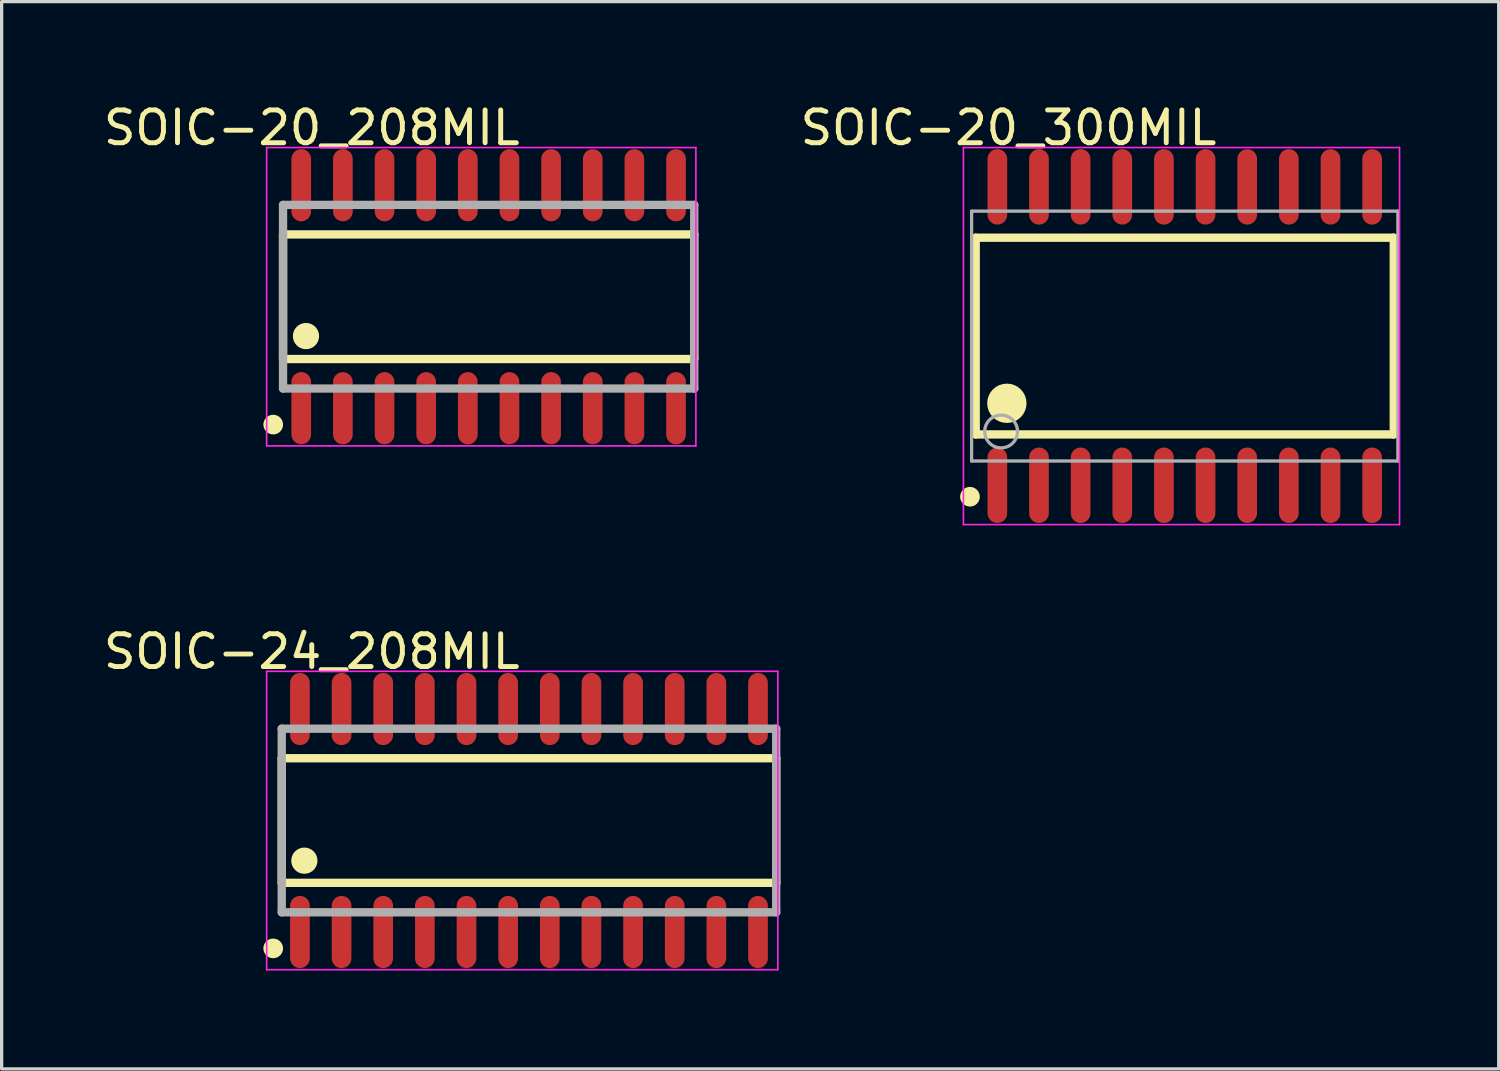
<source format=kicad_pcb>
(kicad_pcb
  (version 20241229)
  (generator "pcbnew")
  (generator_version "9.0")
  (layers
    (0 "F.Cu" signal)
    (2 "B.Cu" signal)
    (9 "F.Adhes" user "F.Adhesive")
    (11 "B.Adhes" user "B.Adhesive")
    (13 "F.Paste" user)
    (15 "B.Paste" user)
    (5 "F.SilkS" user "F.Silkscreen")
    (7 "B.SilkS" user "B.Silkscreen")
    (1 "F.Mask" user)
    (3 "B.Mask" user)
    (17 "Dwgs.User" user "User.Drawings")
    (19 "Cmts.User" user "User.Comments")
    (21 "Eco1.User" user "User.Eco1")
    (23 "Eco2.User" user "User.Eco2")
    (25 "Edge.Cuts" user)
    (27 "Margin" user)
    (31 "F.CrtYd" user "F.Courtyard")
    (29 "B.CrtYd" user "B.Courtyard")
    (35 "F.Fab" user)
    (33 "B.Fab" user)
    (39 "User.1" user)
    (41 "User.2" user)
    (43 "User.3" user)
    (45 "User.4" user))
  (footprint "SOIC-20_300MIL"
    (layer "F.Cu")
    (at 33.081 7.199)
    (property "Reference" "SOIC-20_300MIL" (at -5.374 -6.351 0) (layer "F.SilkS") (effects (font (size 1 1) (thickness 0.15))))
    (attr through_hole)
    (fp_line (start -6.375 -3) (end 6.375 -3) (stroke (width 0.254) (type solid)) (layer "F.SilkS"))
    (fp_line (start -6.375 3) (end -6.375 -3) (stroke (width 0.254) (type solid)) (layer "F.SilkS"))
    (fp_line (start -6.375 3) (end 6.375 3) (stroke (width 0.254) (type solid)) (layer "F.SilkS"))
    (fp_line (start 6.375 3) (end 6.375 -3) (stroke (width 0.254) (type solid)) (layer "F.SilkS"))
    (fp_circle (center -6.55 4.9) (end -6.4 4.9) (stroke (width 0.3) (type solid)) (fill no) (layer "F.SilkS"))
    (fp_circle (center -5.425 2.05) (end -5.125 2.05) (stroke (width 0.6) (type solid)) (fill no) (layer "F.SilkS"))
    (fp_line (start -6.75 -5.75) (end 6.55 -5.75) (stroke (width 0.05) (type solid)) (layer "F.CrtYd"))
    (fp_line (start -6.75 5.75) (end -6.75 -5.75) (stroke (width 0.05) (type solid)) (layer "F.CrtYd"))
    (fp_line (start 6.55 -5.75) (end 6.55 5.75) (stroke (width 0.05) (type solid)) (layer "F.CrtYd"))
    (fp_line (start 6.55 5.75) (end -6.75 5.75) (stroke (width 0.05) (type solid)) (layer "F.CrtYd"))
    (fp_line (start -6.5 -3.81) (end 6.5 -3.81) (stroke (width 0.1) (type solid)) (layer "F.Fab"))
    (fp_line (start -6.5 3.81) (end -6.5 -3.81) (stroke (width 0.1) (type solid)) (layer "F.Fab"))
    (fp_line (start -6.5 3.81) (end 6.5 3.81) (stroke (width 0.1) (type solid)) (layer "F.Fab"))
    (fp_line (start 6.5 3.81) (end 6.5 -3.81) (stroke (width 0.1) (type solid)) (layer "F.Fab"))
    (fp_circle (center -5.6 2.91) (end -5.1 2.91) (stroke (width 0.1) (type solid)) (fill no) (layer "F.Fab"))
    (pad "1" smd oval (at -5.715 4.55 180) (size 0.6 2.3) (layers "F.Cu" "F.Mask" "F.Paste"))
    (pad "2" smd oval (at -4.445 4.55 180) (size 0.6 2.3) (layers "F.Cu" "F.Mask" "F.Paste"))
    (pad "3" smd oval (at -3.175 4.55 180) (size 0.6 2.3) (layers "F.Cu" "F.Mask" "F.Paste"))
    (pad "4" smd oval (at -1.905 4.55 180) (size 0.6 2.3) (layers "F.Cu" "F.Mask" "F.Paste"))
    (pad "5" smd oval (at -0.635 4.55 180) (size 0.6 2.3) (layers "F.Cu" "F.Mask" "F.Paste"))
    (pad "6" smd oval (at 0.635 4.55 180) (size 0.6 2.3) (layers "F.Cu" "F.Mask" "F.Paste"))
    (pad "7" smd oval (at 1.905 4.55 180) (size 0.6 2.3) (layers "F.Cu" "F.Mask" "F.Paste"))
    (pad "8" smd oval (at 3.175 4.55 180) (size 0.6 2.3) (layers "F.Cu" "F.Mask" "F.Paste"))
    (pad "9" smd oval (at 4.445 4.55 180) (size 0.6 2.3) (layers "F.Cu" "F.Mask" "F.Paste"))
    (pad "10" smd oval (at 5.715 4.55 180) (size 0.6 2.3) (layers "F.Cu" "F.Mask" "F.Paste"))
    (pad "11" smd oval (at 5.715 -4.55 180) (size 0.6 2.3) (layers "F.Cu" "F.Mask" "F.Paste"))
    (pad "12" smd oval (at 4.445 -4.55 180) (size 0.6 2.3) (layers "F.Cu" "F.Mask" "F.Paste"))
    (pad "13" smd oval (at 3.175 -4.55 180) (size 0.6 2.3) (layers "F.Cu" "F.Mask" "F.Paste"))
    (pad "14" smd oval (at 1.905 -4.55 180) (size 0.6 2.3) (layers "F.Cu" "F.Mask" "F.Paste"))
    (pad "15" smd oval (at 0.635 -4.55 180) (size 0.6 2.3) (layers "F.Cu" "F.Mask" "F.Paste"))
    (pad "16" smd oval (at -0.635 -4.55 180) (size 0.6 2.3) (layers "F.Cu" "F.Mask" "F.Paste"))
    (pad "17" smd oval (at -1.905 -4.55 180) (size 0.6 2.3) (layers "F.Cu" "F.Mask" "F.Paste"))
    (pad "18" smd oval (at -3.175 -4.55 180) (size 0.6 2.3) (layers "F.Cu" "F.Mask" "F.Paste"))
    (pad "19" smd oval (at -4.445 -4.55 180) (size 0.6 2.3) (layers "F.Cu" "F.Mask" "F.Paste"))
    (pad "20" smd oval (at -5.715 -4.55 180) (size 0.6 2.3) (layers "F.Cu" "F.Mask" "F.Paste")))
  (footprint "SOIC-24_208MIL"
    (layer "F.Cu")
    (at 13.082 21.973)
    (property "Reference" "SOIC-24_208MIL" (at -6.624 -5.151 0) (layer "F.SilkS") (effects (font (size 1 1) (thickness 0.15))))
    (attr through_hole)
    (fp_line (start -7.54 -1.9) (end 7.54 -1.9) (stroke (width 0.254) (type solid)) (layer "F.SilkS"))
    (fp_line (start -7.54 1.9) (end -7.54 -1.9) (stroke (width 0.254) (type solid)) (layer "F.SilkS"))
    (fp_line (start -7.54 1.9) (end 7.54 1.9) (stroke (width 0.254) (type solid)) (layer "F.SilkS"))
    (fp_line (start 7.54 1.9) (end 7.54 -1.9) (stroke (width 0.254) (type solid)) (layer "F.SilkS"))
    (fp_circle (center -7.8 3.9) (end -7.65 3.9) (stroke (width 0.3) (type solid)) (fill no) (layer "F.SilkS"))
    (fp_circle (center -6.85 1.225) (end -6.65 1.225) (stroke (width 0.4) (type solid)) (fill no) (layer "F.SilkS"))
    (fp_line (start -8 -4.55) (end 7.59 -4.55) (stroke (width 0.05) (type solid)) (layer "F.CrtYd"))
    (fp_line (start -8 4.55) (end -8 -4.55) (stroke (width 0.05) (type solid)) (layer "F.CrtYd"))
    (fp_line (start 7.59 -4.55) (end 7.59 4.55) (stroke (width 0.05) (type solid)) (layer "F.CrtYd"))
    (fp_line (start 7.59 4.55) (end -8 4.55) (stroke (width 0.05) (type solid)) (layer "F.CrtYd"))
    (fp_line (start -7.54 -2.8) (end 7.54 -2.8) (stroke (width 0.254) (type solid)) (layer "F.Fab"))
    (fp_line (start -7.54 2.8) (end -7.54 -2.8) (stroke (width 0.254) (type solid)) (layer "F.Fab"))
    (fp_line (start -7.54 2.8) (end 7.54 2.8) (stroke (width 0.254) (type solid)) (layer "F.Fab"))
    (fp_line (start 7.54 2.8) (end 7.54 -2.8) (stroke (width 0.254) (type solid)) (layer "F.Fab"))
    (pad "1" smd oval (at -6.985 3.4) (size 0.6 2.2) (layers "F.Cu" "F.Mask" "F.Paste"))
    (pad "2" smd oval (at -5.715 3.4) (size 0.6 2.2) (layers "F.Cu" "F.Mask" "F.Paste"))
    (pad "3" smd oval (at -4.445 3.4) (size 0.6 2.2) (layers "F.Cu" "F.Mask" "F.Paste"))
    (pad "4" smd oval (at -3.175 3.4) (size 0.6 2.2) (layers "F.Cu" "F.Mask" "F.Paste"))
    (pad "5" smd oval (at -1.905 3.4) (size 0.6 2.2) (layers "F.Cu" "F.Mask" "F.Paste"))
    (pad "6" smd oval (at -0.635 3.4) (size 0.6 2.2) (layers "F.Cu" "F.Mask" "F.Paste"))
    (pad "7" smd oval (at 0.635 3.4) (size 0.6 2.2) (layers "F.Cu" "F.Mask" "F.Paste"))
    (pad "8" smd oval (at 1.905 3.4) (size 0.6 2.2) (layers "F.Cu" "F.Mask" "F.Paste"))
    (pad "9" smd oval (at 3.175 3.4) (size 0.6 2.2) (layers "F.Cu" "F.Mask" "F.Paste"))
    (pad "10" smd oval (at 4.445 3.4) (size 0.6 2.2) (layers "F.Cu" "F.Mask" "F.Paste"))
    (pad "11" smd oval (at 5.715 3.4) (size 0.6 2.2) (layers "F.Cu" "F.Mask" "F.Paste"))
    (pad "12" smd oval (at 6.985 3.4) (size 0.6 2.2) (layers "F.Cu" "F.Mask" "F.Paste"))
    (pad "13" smd oval (at 6.985 -3.4) (size 0.6 2.2) (layers "F.Cu" "F.Mask" "F.Paste"))
    (pad "14" smd oval (at 5.715 -3.4) (size 0.6 2.2) (layers "F.Cu" "F.Mask" "F.Paste"))
    (pad "15" smd oval (at 4.445 -3.4) (size 0.6 2.2) (layers "F.Cu" "F.Mask" "F.Paste"))
    (pad "16" smd oval (at 3.175 -3.4) (size 0.6 2.2) (layers "F.Cu" "F.Mask" "F.Paste"))
    (pad "17" smd oval (at 1.905 -3.4 180) (size 0.6 2.2) (layers "F.Cu" "F.Mask" "F.Paste"))
    (pad "18" smd oval (at 0.635 -3.4 180) (size 0.6 2.2) (layers "F.Cu" "F.Mask" "F.Paste"))
    (pad "19" smd oval (at -0.635 -3.4 180) (size 0.6 2.2) (layers "F.Cu" "F.Mask" "F.Paste"))
    (pad "20" smd oval (at -1.905 -3.4 180) (size 0.6 2.2) (layers "F.Cu" "F.Mask" "F.Paste"))
    (pad "21" smd oval (at -3.175 -3.4 180) (size 0.6 2.2) (layers "F.Cu" "F.Mask" "F.Paste"))
    (pad "22" smd oval (at -4.445 -3.4 180) (size 0.6 2.2) (layers "F.Cu" "F.Mask" "F.Paste"))
    (pad "23" smd oval (at -5.715 -3.4 180) (size 0.6 2.2) (layers "F.Cu" "F.Mask" "F.Paste"))
    (pad "24" smd oval (at -6.985 -3.4 180) (size 0.6 2.2) (layers "F.Cu" "F.Mask" "F.Paste")))
  (footprint "SOIC-20_208MIL"
    (layer "F.Cu")
    (at 11.852 5.999)
    (property "Reference" "SOIC-20_208MIL" (at -5.394 -5.151 0) (layer "F.SilkS") (effects (font (size 1 1) (thickness 0.15))))
    (attr through_hole)
    (fp_line (start -6.27 -1.9) (end 6.27 -1.9) (stroke (width 0.254) (type solid)) (layer "F.SilkS"))
    (fp_line (start -6.27 1.9) (end -6.27 -1.9) (stroke (width 0.254) (type solid)) (layer "F.SilkS"))
    (fp_line (start -6.27 1.9) (end 6.27 1.9) (stroke (width 0.254) (type solid)) (layer "F.SilkS"))
    (fp_line (start 6.27 1.9) (end 6.27 -1.9) (stroke (width 0.254) (type solid)) (layer "F.SilkS"))
    (fp_circle (center -6.57 3.9) (end -6.42 3.9) (stroke (width 0.3) (type solid)) (fill no) (layer "F.SilkS"))
    (fp_circle (center -5.57 1.2) (end -5.37 1.2) (stroke (width 0.4) (type solid)) (fill no) (layer "F.SilkS"))
    (fp_line (start -6.77 -4.55) (end 6.32 -4.55) (stroke (width 0.05) (type solid)) (layer "F.CrtYd"))
    (fp_line (start -6.77 4.55) (end -6.77 -4.55) (stroke (width 0.05) (type solid)) (layer "F.CrtYd"))
    (fp_line (start 6.32 -4.55) (end 6.32 4.55) (stroke (width 0.05) (type solid)) (layer "F.CrtYd"))
    (fp_line (start 6.32 4.55) (end -6.77 4.55) (stroke (width 0.05) (type solid)) (layer "F.CrtYd"))
    (fp_line (start -6.27 -2.8) (end 6.27 -2.8) (stroke (width 0.254) (type solid)) (layer "F.Fab"))
    (fp_line (start -6.27 2.8) (end -6.27 -2.8) (stroke (width 0.254) (type solid)) (layer "F.Fab"))
    (fp_line (start -6.27 2.8) (end 6.27 2.8) (stroke (width 0.254) (type solid)) (layer "F.Fab"))
    (fp_line (start 6.27 2.8) (end 6.27 -2.8) (stroke (width 0.254) (type solid)) (layer "F.Fab"))
    (pad "1" smd oval (at -5.715 3.4) (size 0.6 2.2) (layers "F.Cu" "F.Mask" "F.Paste"))
    (pad "2" smd oval (at -4.445 3.4) (size 0.6 2.2) (layers "F.Cu" "F.Mask" "F.Paste"))
    (pad "3" smd oval (at -3.175 3.4) (size 0.6 2.2) (layers "F.Cu" "F.Mask" "F.Paste"))
    (pad "4" smd oval (at -1.905 3.4) (size 0.6 2.2) (layers "F.Cu" "F.Mask" "F.Paste"))
    (pad "5" smd oval (at -0.635 3.4) (size 0.6 2.2) (layers "F.Cu" "F.Mask" "F.Paste"))
    (pad "6" smd oval (at 0.635 3.4) (size 0.6 2.2) (layers "F.Cu" "F.Mask" "F.Paste"))
    (pad "7" smd oval (at 1.905 3.4) (size 0.6 2.2) (layers "F.Cu" "F.Mask" "F.Paste"))
    (pad "8" smd oval (at 3.175 3.4) (size 0.6 2.2) (layers "F.Cu" "F.Mask" "F.Paste"))
    (pad "9" smd oval (at 4.445 3.4) (size 0.6 2.2) (layers "F.Cu" "F.Mask" "F.Paste"))
    (pad "10" smd oval (at 5.715 3.4) (size 0.6 2.2) (layers "F.Cu" "F.Mask" "F.Paste"))
    (pad "11" smd oval (at 5.715 -3.4 180) (size 0.6 2.2) (layers "F.Cu" "F.Mask" "F.Paste"))
    (pad "12" smd oval (at 4.445 -3.4 180) (size 0.6 2.2) (layers "F.Cu" "F.Mask" "F.Paste"))
    (pad "13" smd oval (at 3.175 -3.4 180) (size 0.6 2.2) (layers "F.Cu" "F.Mask" "F.Paste"))
    (pad "14" smd oval (at 1.905 -3.4 180) (size 0.6 2.2) (layers "F.Cu" "F.Mask" "F.Paste"))
    (pad "15" smd oval (at 0.635 -3.4 180) (size 0.6 2.2) (layers "F.Cu" "F.Mask" "F.Paste"))
    (pad "16" smd oval (at -0.635 -3.4 180) (size 0.6 2.2) (layers "F.Cu" "F.Mask" "F.Paste"))
    (pad "17" smd oval (at -1.905 -3.4 180) (size 0.6 2.2) (layers "F.Cu" "F.Mask" "F.Paste"))
    (pad "18" smd oval (at -3.175 -3.4 180) (size 0.6 2.2) (layers "F.Cu" "F.Mask" "F.Paste"))
    (pad "19" smd oval (at -4.445 -3.4 180) (size 0.6 2.2) (layers "F.Cu" "F.Mask" "F.Paste"))
    (pad "20" smd oval (at -5.715 -3.4 180) (size 0.6 2.2) (layers "F.Cu" "F.Mask" "F.Paste")))
  (gr_rect
    (start -3 -3)
    (end 42.656 29.548)
    (stroke (width 0.1) (type default))
    (fill no)
    (layer "Edge.Cuts")))
</source>
